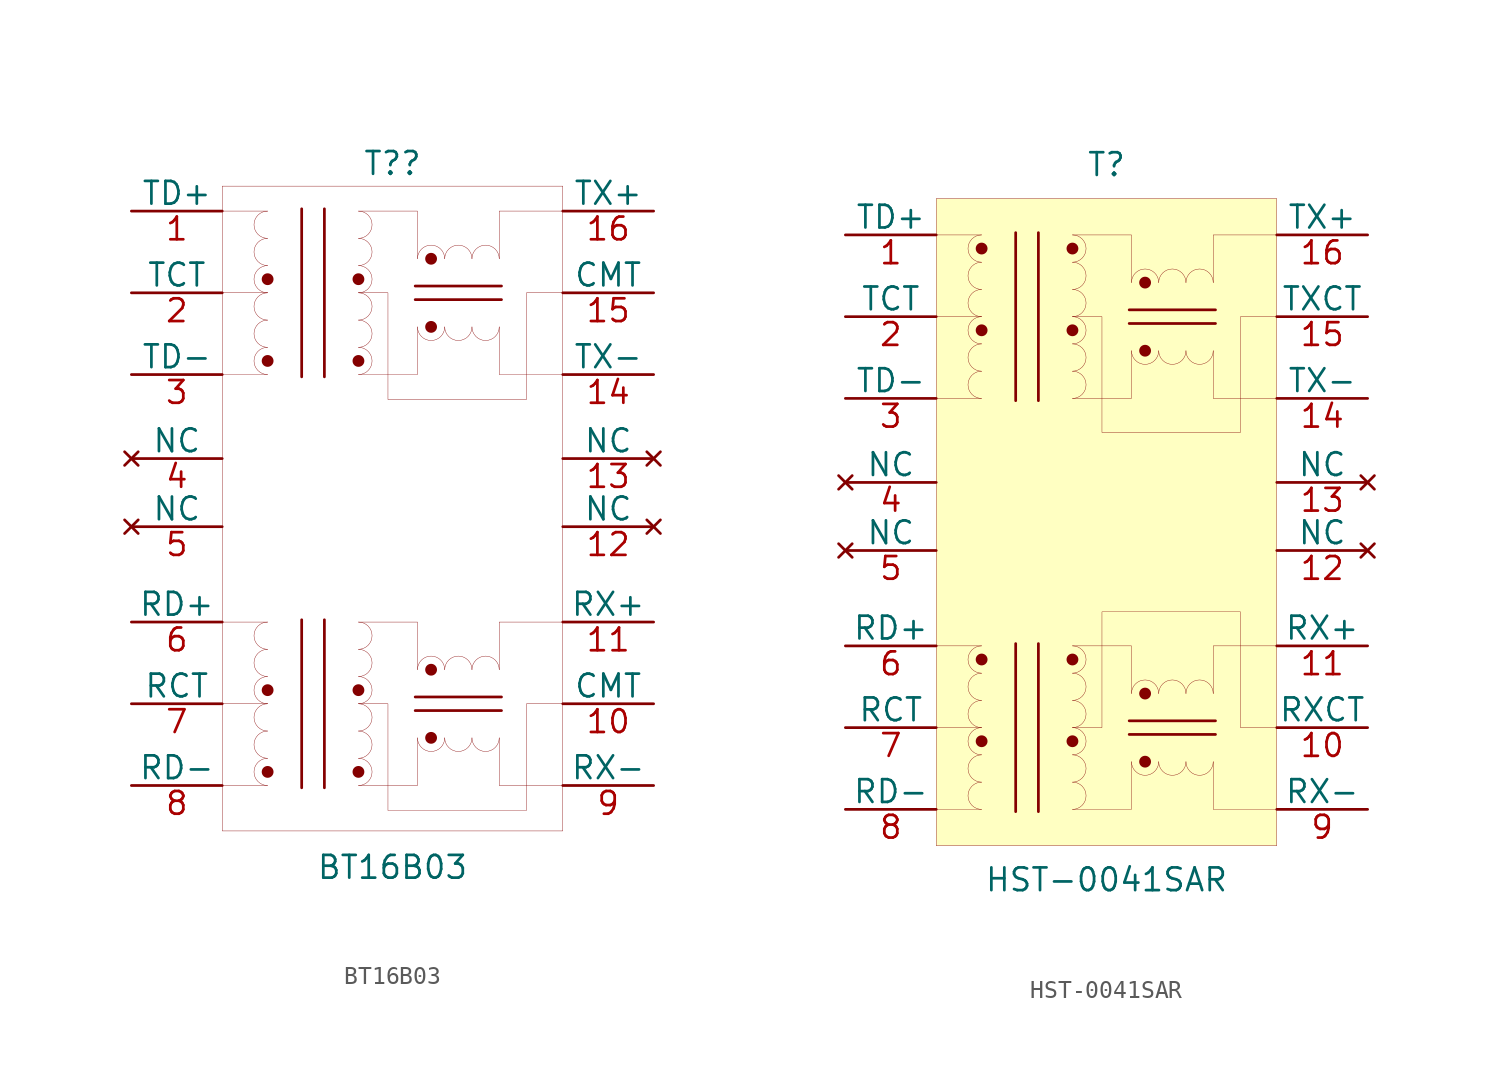
<source format=kicad_sym>
(kicad_symbol_lib
  (version 20201005)
  (generator kicad_symbol_editor)
  (symbol "trafo:BT16B03"
    (pin_names
      (offset 0))
    (property "Reference" "T?"
      (at 0 18.415 0)
      (effects (font (size 1.27 1.27))))
    (property "Value" "BT16B03"
      (at 0 -20.955 0)
      (effects (font (size 1.27 1.27))))
    (symbol "BT16B03_0_1"
      (arc (start -6.985 12.7) (end -6.985 11.176) (radius (at -6.985 11.938) (length 0.762) (angles 90 -90)) (stroke (width 0.0006)) (fill (type none)))
      (arc (start -6.985 14.224) (end -6.985 12.7) (radius (at -6.985 13.462) (length 0.762) (angles 90 -90)) (stroke (width 0.0006)) (fill (type none)))
      (arc (start -1.905 11.176) (end -1.905 12.7) (radius (at -1.905 11.938) (length 0.762) (angles -90 90)) (stroke (width 0.0006)) (fill (type none)))
      (arc (start -1.905 12.7) (end -1.905 14.224) (radius (at -1.905 13.462) (length 0.762) (angles -90 90)) (stroke (width 0.0006)) (fill (type none)))
      (arc (start -1.905 14.224) (end -1.905 15.748) (radius (at -1.905 14.986) (length 0.762) (angles -90 90)) (stroke (width 0.0006)) (fill (type none)))
      (arc (start -6.985 8.128) (end -6.985 6.604) (radius (at -6.985 7.366) (length 0.762) (angles 90 -90)) (stroke (width 0.0006)) (fill (type none)))
      (arc (start -6.985 9.652) (end -6.985 8.128) (radius (at -6.985 8.89) (length 0.762) (angles 90 -90)) (stroke (width 0.0006)) (fill (type none)))
      (arc (start -1.905 6.604) (end -1.905 8.128) (radius (at -1.905 7.366) (length 0.762) (angles -90 90)) (stroke (width 0.0006)) (fill (type none)))
      (arc (start -1.905 8.128) (end -1.905 9.652) (radius (at -1.905 8.89) (length 0.762) (angles -90 90)) (stroke (width 0.0006)) (fill (type none)))
      (arc (start -1.905 9.652) (end -1.905 11.176) (radius (at -1.905 10.414) (length 0.762) (angles -90 90)) (stroke (width 0.0006)) (fill (type none)))
      (arc (start 2.921 13.081) (end 1.397 13.081) (radius (at 2.159 13.081) (length 0.762) (angles 0 180)) (stroke (width 0.0006)) (fill (type none)))
      (arc (start 4.445 13.081) (end 2.921 13.081) (radius (at 3.683 13.081) (length 0.762) (angles 0 180)) (stroke (width 0.0006)) (fill (type none)))
      (arc (start 1.397 9.271) (end 2.921 9.271) (radius (at 2.159 9.271) (length 0.762) (angles 180 0)) (stroke (width 0.0006)) (fill (type none)))
      (arc (start 2.921 9.271) (end 4.445 9.271) (radius (at 3.683 9.271) (length 0.762) (angles 180 0)) (stroke (width 0.0006)) (fill (type none)))
      (arc (start 4.445 9.271) (end 5.969 9.271) (radius (at 5.207 9.271) (length 0.762) (angles 180 0)) (stroke (width 0.0006)) (fill (type none)))
      (arc (start -6.985 -10.287) (end -6.985 -11.811) (radius (at -6.985 -11.049) (length 0.762) (angles 90 -90)) (stroke (width 0.0006)) (fill (type none)))
      (arc (start -6.985 -8.763) (end -6.985 -10.287) (radius (at -6.985 -9.525) (length 0.762) (angles 90 -90)) (stroke (width 0.0006)) (fill (type none)))
      (arc (start -1.905 -11.811) (end -1.905 -10.287) (radius (at -1.905 -11.049) (length 0.762) (angles -90 90)) (stroke (width 0.0006)) (fill (type none)))
      (arc (start -1.905 -10.287) (end -1.905 -8.763) (radius (at -1.905 -9.525) (length 0.762) (angles -90 90)) (stroke (width 0.0006)) (fill (type none)))
      (arc (start -1.905 -8.763) (end -1.905 -7.239) (radius (at -1.905 -8.001) (length 0.762) (angles -90 90)) (stroke (width 0.0006)) (fill (type none)))
      (arc (start -6.985 -14.859) (end -6.985 -16.383) (radius (at -6.985 -15.621) (length 0.762) (angles 90 -90)) (stroke (width 0.0006)) (fill (type none)))
      (arc (start -6.985 -13.335) (end -6.985 -14.859) (radius (at -6.985 -14.097) (length 0.762) (angles 90 -90)) (stroke (width 0.0006)) (fill (type none)))
      (arc (start -1.905 -16.383) (end -1.905 -14.859) (radius (at -1.905 -15.621) (length 0.762) (angles -90 90)) (stroke (width 0.0006)) (fill (type none)))
      (arc (start -1.905 -14.859) (end -1.905 -13.335) (radius (at -1.905 -14.097) (length 0.762) (angles -90 90)) (stroke (width 0.0006)) (fill (type none)))
      (arc (start -1.905 -13.335) (end -1.905 -11.811) (radius (at -1.905 -12.573) (length 0.762) (angles -90 90)) (stroke (width 0.0006)) (fill (type none)))
      (arc (start 2.921 -9.906) (end 1.397 -9.906) (radius (at 2.159 -9.906) (length 0.762) (angles 0 180)) (stroke (width 0.0006)) (fill (type none)))
      (arc (start 4.445 -9.906) (end 2.921 -9.906) (radius (at 3.683 -9.906) (length 0.762) (angles 0 180)) (stroke (width 0.0006)) (fill (type none)))
      (arc (start 1.397 -13.716) (end 2.921 -13.716) (radius (at 2.159 -13.716) (length 0.762) (angles 180 0)) (stroke (width 0.0006)) (fill (type none)))
      (arc (start 2.921 -13.716) (end 4.445 -13.716) (radius (at 3.683 -13.716) (length 0.762) (angles 180 0)) (stroke (width 0.0006)) (fill (type none)))
      (arc (start 4.445 -13.716) (end 5.969 -13.716) (radius (at 5.207 -13.716) (length 0.762) (angles 180 0)) (stroke (width 0.0006)) (fill (type none)))
      (circle (center -6.985 11.938) (radius 0.254) (stroke (width 0)) (fill (type outline)))
      (circle (center -1.905 11.938) (radius 0.254) (stroke (width 0)) (fill (type outline)))
      (circle (center -6.985 7.366) (radius 0.254) (stroke (width 0)) (fill (type outline)))
      (circle (center -1.905 7.366) (radius 0.254) (stroke (width 0)) (fill (type outline)))
      (circle (center 2.159 13.081) (radius 0.254) (stroke (width 0)) (fill (type outline)))
      (circle (center 2.159 9.271) (radius 0.254) (stroke (width 0)) (fill (type outline)))
      (circle (center -6.985 -11.049) (radius 0.254) (stroke (width 0)) (fill (type outline)))
      (circle (center -1.905 -11.049) (radius 0.254) (stroke (width 0)) (fill (type outline)))
      (circle (center -6.985 -15.621) (radius 0.254) (stroke (width 0)) (fill (type outline)))
      (circle (center -1.905 -15.621) (radius 0.254) (stroke (width 0)) (fill (type outline)))
      (circle (center 2.159 -9.906) (radius 0.254) (stroke (width 0)) (fill (type outline)))
      (circle (center 2.159 -13.716) (radius 0.254) (stroke (width 0)) (fill (type outline)))
      (rectangle (start -9.525 17.145) (end 9.525 -18.923) (stroke (width 0.001)) (fill (type none)))
      (polyline (pts (xy -5.08 15.875) (xy -5.08 6.477)) (stroke (width 0)) (fill (type none)))
      (polyline (pts (xy -3.81 15.875) (xy -3.81 6.477)) (stroke (width 0)) (fill (type none)))
      (polyline (pts (xy 6.096 11.557) (xy 1.27 11.557)) (stroke (width 0)) (fill (type none)))
      (polyline (pts (xy 6.096 10.795) (xy 1.27 10.795)) (stroke (width 0)) (fill (type none)))
      (polyline (pts (xy -1.905 15.748) (xy 1.397 15.748) (xy 1.397 13.081)) (stroke (width 0.001)) (fill (type none)))
      (polyline (pts (xy -1.905 6.604) (xy 1.397 6.604) (xy 1.397 9.271)) (stroke (width 0.001)) (fill (type none)))
      (polyline (pts (xy -6.985 15.748) (xy -9.525 15.748)) (stroke (width 0.001)) (fill (type none)))
      (polyline (pts (xy -6.985 11.176) (xy -9.525 11.176)) (stroke (width 0.001)) (fill (type none)))
      (polyline (pts (xy -6.985 6.604) (xy -9.525 6.604)) (stroke (width 0.001)) (fill (type none)))
      (polyline (pts (xy 5.969 13.081) (xy 5.969 15.748) (xy 9.525 15.748)) (stroke (width 0.001)) (fill (type none)))
      (polyline (pts (xy 5.969 9.271) (xy 5.969 6.604) (xy 9.525 6.604)) (stroke (width 0.001)) (fill (type none)))
      (polyline (pts (xy -1.905 11.176) (xy -0.254 11.176) (xy -0.254 5.207) (xy 7.493 5.207) (xy 7.493 11.176) (xy 9.525 11.176)) (stroke (width 0.001)) (fill (type none)))
      (polyline (pts (xy -5.08 -7.112) (xy -5.08 -16.51)) (stroke (width 0)) (fill (type none)))
      (polyline (pts (xy -3.81 -7.112) (xy -3.81 -16.51)) (stroke (width 0)) (fill (type none)))
      (polyline (pts (xy 6.096 -11.43) (xy 1.27 -11.43)) (stroke (width 0)) (fill (type none)))
      (polyline (pts (xy 6.096 -12.192) (xy 1.27 -12.192)) (stroke (width 0)) (fill (type none)))
      (polyline (pts (xy -1.905 -7.239) (xy 1.397 -7.239) (xy 1.397 -9.906)) (stroke (width 0.001)) (fill (type none)))
      (polyline (pts (xy -1.905 -16.383) (xy 1.397 -16.383) (xy 1.397 -13.716)) (stroke (width 0.001)) (fill (type none)))
      (polyline (pts (xy -6.985 -7.239) (xy -9.525 -7.239)) (stroke (width 0.001)) (fill (type none)))
      (polyline (pts (xy -6.985 -11.811) (xy -9.525 -11.811)) (stroke (width 0.001)) (fill (type none)))
      (polyline (pts (xy -6.985 -16.383) (xy -9.525 -16.383)) (stroke (width 0.001)) (fill (type none)))
      (polyline (pts (xy 5.969 -9.906) (xy 5.969 -7.239) (xy 9.525 -7.239)) (stroke (width 0.001)) (fill (type none)))
      (polyline (pts (xy 5.969 -13.716) (xy 5.969 -16.383) (xy 9.525 -16.383)) (stroke (width 0.001)) (fill (type none)))
      (polyline (pts (xy -1.905 -11.811) (xy -0.254 -11.811) (xy -0.254 -17.78) (xy 7.493 -17.78) (xy 7.493 -11.811) (xy 9.525 -11.811)) (stroke (width 0.001)) (fill (type none))))
    (symbol "BT16B03_1_1"
      (arc (start -6.985 15.748) (end -6.985 14.224) (radius (at -6.985 14.986) (length 0.762) (angles 90 -90)) (stroke (width 0.0006)) (fill (type none)))
      (arc (start -6.985 11.176) (end -6.985 9.652) (radius (at -6.985 10.414) (length 0.762) (angles 90 -90)) (stroke (width 0.0006)) (fill (type none)))
      (arc (start 5.969 13.081) (end 4.445 13.081) (radius (at 5.207 13.081) (length 0.762) (angles 0 180)) (stroke (width 0.0006)) (fill (type none)))
      (arc (start -6.985 -7.239) (end -6.985 -8.763) (radius (at -6.985 -8.001) (length 0.762) (angles 90 -90)) (stroke (width 0.0006)) (fill (type none)))
      (arc (start -6.985 -11.811) (end -6.985 -13.335) (radius (at -6.985 -12.573) (length 0.762) (angles 90 -90)) (stroke (width 0.0006)) (fill (type none)))
      (arc (start 5.969 -9.906) (end 4.445 -9.906) (radius (at 5.207 -9.906) (length 0.762) (angles 0 180)) (stroke (width 0.0006)) (fill (type none)))
      (pin passive line (at -14.605 15.748 0) (length 5.08) (name "TD+" (effects (font (size 1.27 1.27)))) (number "1" (effects (font (size 1.27 1.27)))))
      (pin passive line (at -14.605 11.176 0) (length 5.08) (name "TCT" (effects (font (size 1.27 1.27)))) (number "2" (effects (font (size 1.27 1.27)))))
      (pin passive line (at -14.605 6.604 0) (length 5.08) (name "TD-" (effects (font (size 1.27 1.27)))) (number "3" (effects (font (size 1.27 1.27)))))
      (pin passive line (at -14.605 -7.239 0) (length 5.08) (name "RD+" (effects (font (size 1.27 1.27)))) (number "6" (effects (font (size 1.27 1.27)))))
      (pin passive line (at -14.605 -11.811 0) (length 5.08) (name "RCT" (effects (font (size 1.27 1.27)))) (number "7" (effects (font (size 1.27 1.27)))))
      (pin passive line (at -14.605 -16.383 0) (length 5.08) (name "RD-" (effects (font (size 1.27 1.27)))) (number "8" (effects (font (size 1.27 1.27)))))
      (pin passive line (at 14.605 15.748 180) (length 5.08) (name "TX+" (effects (font (size 1.27 1.27)))) (number "16" (effects (font (size 1.27 1.27)))))
      (pin passive line (at 14.605 11.176 180) (length 5.08) (name "CMT" (effects (font (size 1.27 1.27)))) (number "15" (effects (font (size 1.27 1.27)))))
      (pin passive line (at 14.605 6.604 180) (length 5.08) (name "TX-" (effects (font (size 1.27 1.27)))) (number "14" (effects (font (size 1.27 1.27)))))
      (pin passive line (at 14.605 -7.239 180) (length 5.08) (name "RX+" (effects (font (size 1.27 1.27)))) (number "11" (effects (font (size 1.27 1.27)))))
      (pin passive line (at 14.605 -11.811 180) (length 5.08) (name "CMT" (effects (font (size 1.27 1.27)))) (number "10" (effects (font (size 1.27 1.27)))))
      (pin passive line (at 14.605 -16.383 180) (length 5.08) (name "RX-" (effects (font (size 1.27 1.27)))) (number "9" (effects (font (size 1.27 1.27)))))
      (pin unconnected line (at -14.605 1.905 0) (length 5.08) (name "NC" (effects (font (size 1.27 1.27)))) (number "4" (effects (font (size 1.27 1.27)))))
      (pin unconnected line (at -14.605 -1.905 0) (length 5.08) (name "NC" (effects (font (size 1.27 1.27)))) (number "5" (effects (font (size 1.27 1.27)))))
      (pin unconnected line (at 14.605 1.905 180) (length 5.08) (name "NC" (effects (font (size 1.27 1.27)))) (number "13" (effects (font (size 1.27 1.27)))))
      (pin unconnected line (at 14.605 -1.905 180) (length 5.08) (name "NC" (effects (font (size 1.27 1.27)))) (number "12" (effects (font (size 1.27 1.27)))))))
  (symbol "trafo:HST-0041SAR"
    (pin_names
      (offset 0))
    (property "Reference" "T"
      (at 0 19.685 0)
      (effects (font (size 1.27 1.27))))
    (property "Value" "HST-0041SAR"
      (at 0 -20.32 0)
      (effects (font (size 1.27 1.27))))
    (symbol "HST-0041SAR_0_1"
      (arc (start -6.985 12.7) (end -6.985 11.176) (radius (at -6.985 11.938) (length 0.762) (angles 90 -90)) (stroke (width 0.0006)) (fill (type none)))
      (arc (start -6.985 14.224) (end -6.985 12.7) (radius (at -6.985 13.462) (length 0.762) (angles 90 -90)) (stroke (width 0.0006)) (fill (type none)))
      (arc (start -1.905 11.176) (end -1.905 12.7) (radius (at -1.905 11.938) (length 0.762) (angles -90 90)) (stroke (width 0.0006)) (fill (type none)))
      (arc (start -1.905 12.7) (end -1.905 14.224) (radius (at -1.905 13.462) (length 0.762) (angles -90 90)) (stroke (width 0.0006)) (fill (type none)))
      (arc (start -1.905 14.224) (end -1.905 15.748) (radius (at -1.905 14.986) (length 0.762) (angles -90 90)) (stroke (width 0.0006)) (fill (type none)))
      (arc (start -6.985 8.128) (end -6.985 6.604) (radius (at -6.985 7.366) (length 0.762) (angles 90 -90)) (stroke (width 0.0006)) (fill (type none)))
      (arc (start -6.985 9.652) (end -6.985 8.128) (radius (at -6.985 8.89) (length 0.762) (angles 90 -90)) (stroke (width 0.0006)) (fill (type none)))
      (arc (start -1.905 6.604) (end -1.905 8.128) (radius (at -1.905 7.366) (length 0.762) (angles -90 90)) (stroke (width 0.0006)) (fill (type none)))
      (arc (start -1.905 8.128) (end -1.905 9.652) (radius (at -1.905 8.89) (length 0.762) (angles -90 90)) (stroke (width 0.0006)) (fill (type none)))
      (arc (start -1.905 9.652) (end -1.905 11.176) (radius (at -1.905 10.414) (length 0.762) (angles -90 90)) (stroke (width 0.0006)) (fill (type none)))
      (arc (start 2.921 13.081) (end 1.397 13.081) (radius (at 2.159 13.081) (length 0.762) (angles 0 180)) (stroke (width 0.0006)) (fill (type none)))
      (arc (start 4.445 13.081) (end 2.921 13.081) (radius (at 3.683 13.081) (length 0.762) (angles 0 180)) (stroke (width 0.0006)) (fill (type none)))
      (arc (start 1.397 9.271) (end 2.921 9.271) (radius (at 2.159 9.271) (length 0.762) (angles 180 0)) (stroke (width 0.0006)) (fill (type none)))
      (arc (start 2.921 9.271) (end 4.445 9.271) (radius (at 3.683 9.271) (length 0.762) (angles 180 0)) (stroke (width 0.0006)) (fill (type none)))
      (arc (start 4.445 9.271) (end 5.969 9.271) (radius (at 5.207 9.271) (length 0.762) (angles 180 0)) (stroke (width 0.0006)) (fill (type none)))
      (arc (start -6.985 -10.287) (end -6.985 -11.811) (radius (at -6.985 -11.049) (length 0.762) (angles 90 -90)) (stroke (width 0.0006)) (fill (type none)))
      (arc (start -6.985 -8.763) (end -6.985 -10.287) (radius (at -6.985 -9.525) (length 0.762) (angles 90 -90)) (stroke (width 0.0006)) (fill (type none)))
      (arc (start -1.905 -11.811) (end -1.905 -10.287) (radius (at -1.905 -11.049) (length 0.762) (angles -90 90)) (stroke (width 0.0006)) (fill (type none)))
      (arc (start -1.905 -10.287) (end -1.905 -8.763) (radius (at -1.905 -9.525) (length 0.762) (angles -90 90)) (stroke (width 0.0006)) (fill (type none)))
      (arc (start -1.905 -8.763) (end -1.905 -7.239) (radius (at -1.905 -8.001) (length 0.762) (angles -90 90)) (stroke (width 0.0006)) (fill (type none)))
      (arc (start -6.985 -14.859) (end -6.985 -16.383) (radius (at -6.985 -15.621) (length 0.762) (angles 90 -90)) (stroke (width 0.0006)) (fill (type none)))
      (arc (start -6.985 -13.335) (end -6.985 -14.859) (radius (at -6.985 -14.097) (length 0.762) (angles 90 -90)) (stroke (width 0.0006)) (fill (type none)))
      (arc (start -1.905 -16.383) (end -1.905 -14.859) (radius (at -1.905 -15.621) (length 0.762) (angles -90 90)) (stroke (width 0.0006)) (fill (type none)))
      (arc (start -1.905 -14.859) (end -1.905 -13.335) (radius (at -1.905 -14.097) (length 0.762) (angles -90 90)) (stroke (width 0.0006)) (fill (type none)))
      (arc (start -1.905 -13.335) (end -1.905 -11.811) (radius (at -1.905 -12.573) (length 0.762) (angles -90 90)) (stroke (width 0.0006)) (fill (type none)))
      (arc (start 2.921 -9.906) (end 1.397 -9.906) (radius (at 2.159 -9.906) (length 0.762) (angles 0 180)) (stroke (width 0.0006)) (fill (type none)))
      (arc (start 4.445 -9.906) (end 2.921 -9.906) (radius (at 3.683 -9.906) (length 0.762) (angles 0 180)) (stroke (width 0.0006)) (fill (type none)))
      (arc (start 1.397 -13.716) (end 2.921 -13.716) (radius (at 2.159 -13.716) (length 0.762) (angles 180 0)) (stroke (width 0.0006)) (fill (type none)))
      (arc (start 2.921 -13.716) (end 4.445 -13.716) (radius (at 3.683 -13.716) (length 0.762) (angles 180 0)) (stroke (width 0.0006)) (fill (type none)))
      (arc (start 4.445 -13.716) (end 5.969 -13.716) (radius (at 5.207 -13.716) (length 0.762) (angles 180 0)) (stroke (width 0.0006)) (fill (type none)))
      (circle (center -6.985 14.986) (radius 0.254) (stroke (width 0)) (fill (type outline)))
      (circle (center -1.905 14.986) (radius 0.254) (stroke (width 0)) (fill (type outline)))
      (circle (center -6.985 10.414) (radius 0.254) (stroke (width 0)) (fill (type outline)))
      (circle (center -1.905 10.414) (radius 0.254) (stroke (width 0)) (fill (type outline)))
      (circle (center 2.159 13.081) (radius 0.254) (stroke (width 0)) (fill (type outline)))
      (circle (center 2.159 9.271) (radius 0.254) (stroke (width 0)) (fill (type outline)))
      (circle (center -6.985 -8.001) (radius 0.254) (stroke (width 0)) (fill (type outline)))
      (circle (center -1.905 -8.001) (radius 0.254) (stroke (width 0)) (fill (type outline)))
      (circle (center -6.985 -12.573) (radius 0.254) (stroke (width 0)) (fill (type outline)))
      (circle (center -1.905 -12.573) (radius 0.254) (stroke (width 0)) (fill (type outline)))
      (circle (center 2.159 -9.906) (radius 0.254) (stroke (width 0)) (fill (type outline)))
      (circle (center 2.159 -13.716) (radius 0.254) (stroke (width 0)) (fill (type outline)))
      (rectangle (start -9.525 17.78) (end 9.525 -18.415) (stroke (width 0.001)) (fill (type background)))
      (polyline (pts (xy -5.08 15.875) (xy -5.08 6.477)) (stroke (width 0)) (fill (type none)))
      (polyline (pts (xy -3.81 15.875) (xy -3.81 6.477)) (stroke (width 0)) (fill (type none)))
      (polyline (pts (xy 6.096 11.557) (xy 1.27 11.557)) (stroke (width 0)) (fill (type none)))
      (polyline (pts (xy 6.096 10.795) (xy 1.27 10.795)) (stroke (width 0)) (fill (type none)))
      (polyline (pts (xy -1.905 15.748) (xy 1.397 15.748) (xy 1.397 13.081)) (stroke (width 0.001)) (fill (type none)))
      (polyline (pts (xy -1.905 6.604) (xy 1.397 6.604) (xy 1.397 9.271)) (stroke (width 0.001)) (fill (type none)))
      (polyline (pts (xy -6.985 15.748) (xy -9.525 15.748)) (stroke (width 0.001)) (fill (type none)))
      (polyline (pts (xy -6.985 11.176) (xy -9.525 11.176)) (stroke (width 0.001)) (fill (type none)))
      (polyline (pts (xy -6.985 6.604) (xy -9.525 6.604)) (stroke (width 0.001)) (fill (type none)))
      (polyline (pts (xy 5.969 13.081) (xy 5.969 15.748) (xy 9.525 15.748)) (stroke (width 0.001)) (fill (type none)))
      (polyline (pts (xy 5.969 9.271) (xy 5.969 6.604) (xy 9.525 6.604)) (stroke (width 0.001)) (fill (type none)))
      (polyline (pts (xy -1.905 11.176) (xy -0.254 11.176) (xy -0.254 4.699) (xy 7.493 4.699) (xy 7.493 11.176) (xy 9.525 11.176)) (stroke (width 0.001)) (fill (type none)))
      (polyline (pts (xy -5.08 -7.112) (xy -5.08 -16.51)) (stroke (width 0)) (fill (type none)))
      (polyline (pts (xy -3.81 -7.112) (xy -3.81 -16.51)) (stroke (width 0)) (fill (type none)))
      (polyline (pts (xy 6.096 -11.43) (xy 1.27 -11.43)) (stroke (width 0)) (fill (type none)))
      (polyline (pts (xy 6.096 -12.192) (xy 1.27 -12.192)) (stroke (width 0)) (fill (type none)))
      (polyline (pts (xy -1.905 -7.239) (xy 1.397 -7.239) (xy 1.397 -9.906)) (stroke (width 0.001)) (fill (type none)))
      (polyline (pts (xy -1.905 -16.383) (xy 1.397 -16.383) (xy 1.397 -13.716)) (stroke (width 0.001)) (fill (type none)))
      (polyline (pts (xy -6.985 -7.239) (xy -9.525 -7.239)) (stroke (width 0.001)) (fill (type none)))
      (polyline (pts (xy -6.985 -11.811) (xy -9.525 -11.811)) (stroke (width 0.001)) (fill (type none)))
      (polyline (pts (xy -6.985 -16.383) (xy -9.525 -16.383)) (stroke (width 0.001)) (fill (type none)))
      (polyline (pts (xy 5.969 -9.906) (xy 5.969 -7.239) (xy 9.525 -7.239)) (stroke (width 0.001)) (fill (type none)))
      (polyline (pts (xy 5.969 -13.716) (xy 5.969 -16.383) (xy 9.525 -16.383)) (stroke (width 0.001)) (fill (type none)))
      (polyline (pts (xy -1.905 -11.811) (xy -0.254 -11.811) (xy -0.254 -5.334) (xy 7.493 -5.334) (xy 7.493 -11.811) (xy 9.525 -11.811)) (stroke (width 0.001)) (fill (type none))))
    (symbol "HST-0041SAR_1_1"
      (arc (start -6.985 15.748) (end -6.985 14.224) (radius (at -6.985 14.986) (length 0.762) (angles 90 -90)) (stroke (width 0.0006)) (fill (type none)))
      (arc (start -6.985 11.176) (end -6.985 9.652) (radius (at -6.985 10.414) (length 0.762) (angles 90 -90)) (stroke (width 0.0006)) (fill (type none)))
      (arc (start 5.969 13.081) (end 4.445 13.081) (radius (at 5.207 13.081) (length 0.762) (angles 0 180)) (stroke (width 0.0006)) (fill (type none)))
      (arc (start -6.985 -7.239) (end -6.985 -8.763) (radius (at -6.985 -8.001) (length 0.762) (angles 90 -90)) (stroke (width 0.0006)) (fill (type none)))
      (arc (start -6.985 -11.811) (end -6.985 -13.335) (radius (at -6.985 -12.573) (length 0.762) (angles 90 -90)) (stroke (width 0.0006)) (fill (type none)))
      (arc (start 5.969 -9.906) (end 4.445 -9.906) (radius (at 5.207 -9.906) (length 0.762) (angles 0 180)) (stroke (width 0.0006)) (fill (type none)))
      (pin passive line (at -14.605 15.748 0) (length 5.08) (name "TD+" (effects (font (size 1.27 1.27)))) (number "1" (effects (font (size 1.27 1.27)))))
      (pin passive line (at -14.605 11.176 0) (length 5.08) (name "TCT" (effects (font (size 1.27 1.27)))) (number "2" (effects (font (size 1.27 1.27)))))
      (pin passive line (at -14.605 6.604 0) (length 5.08) (name "TD-" (effects (font (size 1.27 1.27)))) (number "3" (effects (font (size 1.27 1.27)))))
      (pin passive line (at -14.605 -7.239 0) (length 5.08) (name "RD+" (effects (font (size 1.27 1.27)))) (number "6" (effects (font (size 1.27 1.27)))))
      (pin passive line (at -14.605 -11.811 0) (length 5.08) (name "RCT" (effects (font (size 1.27 1.27)))) (number "7" (effects (font (size 1.27 1.27)))))
      (pin passive line (at -14.605 -16.383 0) (length 5.08) (name "RD-" (effects (font (size 1.27 1.27)))) (number "8" (effects (font (size 1.27 1.27)))))
      (pin passive line (at 14.605 15.748 180) (length 5.08) (name "TX+" (effects (font (size 1.27 1.27)))) (number "16" (effects (font (size 1.27 1.27)))))
      (pin passive line (at 14.605 11.176 180) (length 5.08) (name "TXCT" (effects (font (size 1.27 1.27)))) (number "15" (effects (font (size 1.27 1.27)))))
      (pin passive line (at 14.605 6.604 180) (length 5.08) (name "TX-" (effects (font (size 1.27 1.27)))) (number "14" (effects (font (size 1.27 1.27)))))
      (pin passive line (at 14.605 -7.239 180) (length 5.08) (name "RX+" (effects (font (size 1.27 1.27)))) (number "11" (effects (font (size 1.27 1.27)))))
      (pin passive line (at 14.605 -11.811 180) (length 5.08) (name "RXCT" (effects (font (size 1.27 1.27)))) (number "10" (effects (font (size 1.27 1.27)))))
      (pin passive line (at 14.605 -16.383 180) (length 5.08) (name "RX-" (effects (font (size 1.27 1.27)))) (number "9" (effects (font (size 1.27 1.27)))))
      (pin unconnected line (at -14.605 1.905 0) (length 5.08) (name "NC" (effects (font (size 1.27 1.27)))) (number "4" (effects (font (size 1.27 1.27)))))
      (pin unconnected line (at -14.605 -1.905 0) (length 5.08) (name "NC" (effects (font (size 1.27 1.27)))) (number "5" (effects (font (size 1.27 1.27)))))
      (pin unconnected line (at 14.605 1.905 180) (length 5.08) (name "NC" (effects (font (size 1.27 1.27)))) (number "13" (effects (font (size 1.27 1.27)))))
      (pin unconnected line (at 14.605 -1.905 180) (length 5.08) (name "NC" (effects (font (size 1.27 1.27)))) (number "12" (effects (font (size 1.27 1.27))))))))
</source>
